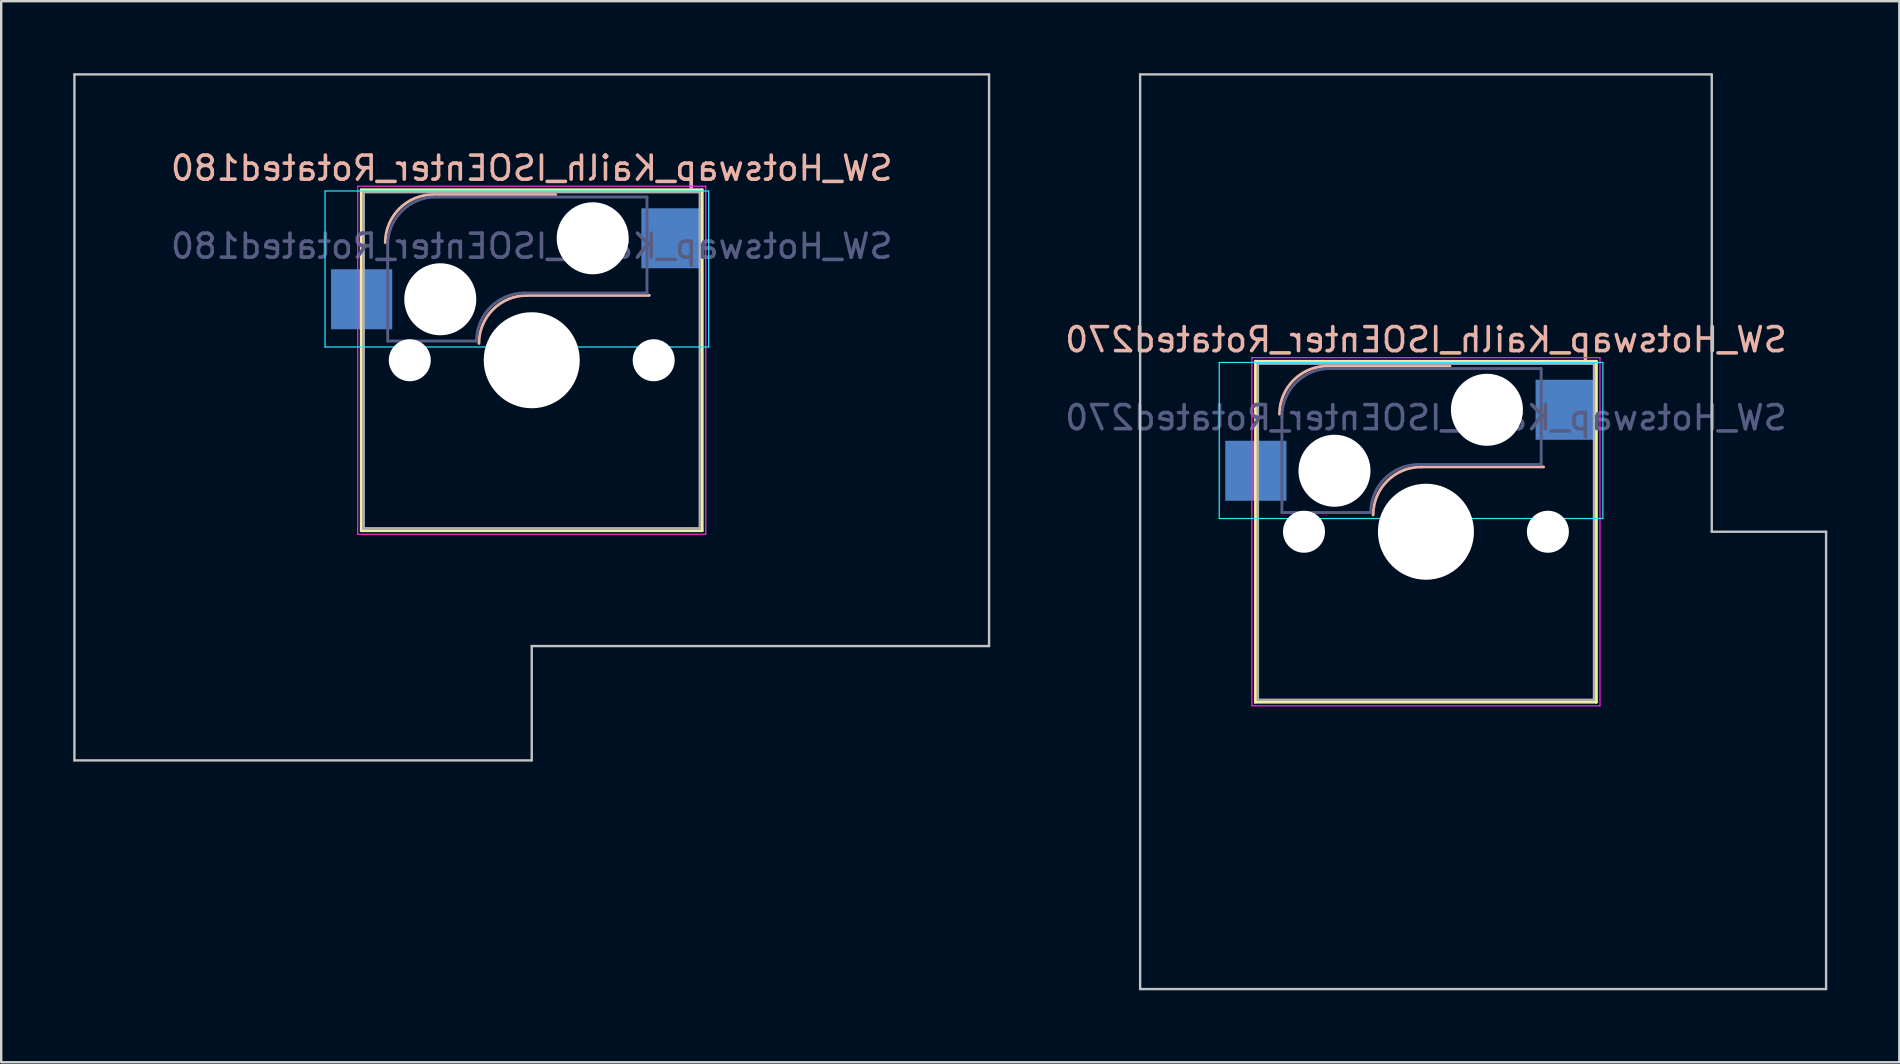
<source format=kicad_pcb>
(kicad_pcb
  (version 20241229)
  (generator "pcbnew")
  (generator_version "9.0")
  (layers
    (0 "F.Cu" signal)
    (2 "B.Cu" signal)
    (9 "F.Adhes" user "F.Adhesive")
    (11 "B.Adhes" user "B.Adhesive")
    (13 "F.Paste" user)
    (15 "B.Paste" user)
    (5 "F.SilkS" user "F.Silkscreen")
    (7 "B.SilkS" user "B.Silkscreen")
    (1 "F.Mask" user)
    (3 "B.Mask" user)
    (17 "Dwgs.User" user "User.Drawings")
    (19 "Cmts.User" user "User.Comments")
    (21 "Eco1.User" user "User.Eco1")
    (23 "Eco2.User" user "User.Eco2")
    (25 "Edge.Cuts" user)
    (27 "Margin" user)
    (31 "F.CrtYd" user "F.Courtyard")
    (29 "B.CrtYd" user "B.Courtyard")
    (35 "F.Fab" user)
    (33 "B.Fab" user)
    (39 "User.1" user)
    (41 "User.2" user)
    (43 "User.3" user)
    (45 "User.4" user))
  (footprint "SW_Hotswap_Kailh_ISOEnter_Rotated270"
    (layer "F.Cu")
    (at 56.349 19.1)
    (property "Reference" "SW_Hotswap_Kailh_ISOEnter_Rotated270" (at 0 -8 0) (layer "B.SilkS") (effects (font (size 1 1) (thickness 0.15)) (justify mirror)))
    (attr smd)
    (fp_line (start -7.1 -7.1) (end -7.1 7.1) (stroke (width 0.12) (type solid)) (layer "F.SilkS"))
    (fp_line (start -7.1 7.1) (end 7.1 7.1) (stroke (width 0.12) (type solid)) (layer "F.SilkS"))
    (fp_line (start 7.1 -7.1) (end -7.1 -7.1) (stroke (width 0.12) (type solid)) (layer "F.SilkS"))
    (fp_line (start 7.1 7.1) (end 7.1 -7.1) (stroke (width 0.12) (type solid)) (layer "F.SilkS"))
    (fp_line (start -4.1 -6.9) (end 1 -6.9) (stroke (width 0.12) (type solid)) (layer "B.SilkS"))
    (fp_line (start -0.2 -2.7) (end 4.9 -2.7) (stroke (width 0.12) (type solid)) (layer "B.SilkS"))
    (fp_arc (start -6.1 -4.9) (mid -5.514214 -6.314214) (end -4.1 -6.9) (stroke (width 0.12) (type solid)) (layer "B.SilkS"))
    (fp_arc (start -2.2 -0.7) (mid -1.614214 -2.114214) (end -0.2 -2.7) (stroke (width 0.12) (type solid)) (layer "B.SilkS"))
    (fp_line (start -11.906 -19.05) (end -11.906 19.05) (stroke (width 0.1) (type solid)) (layer "Dwgs.User"))
    (fp_line (start -11.906 19.05) (end 16.669 19.05) (stroke (width 0.1) (type solid)) (layer "Dwgs.User"))
    (fp_line (start 11.906 -19.05) (end -11.906 -19.05) (stroke (width 0.1) (type solid)) (layer "Dwgs.User"))
    (fp_line (start 11.906 0) (end 11.906 -19.05) (stroke (width 0.1) (type solid)) (layer "Dwgs.User"))
    (fp_line (start 16.669 0) (end 11.906 0) (stroke (width 0.1) (type solid)) (layer "Dwgs.User"))
    (fp_line (start 16.669 19.05) (end 16.669 0) (stroke (width 0.1) (type solid)) (layer "Dwgs.User"))
    (fp_line (start -8.61 -7.05) (end -8.61 -0.55) (stroke (width 0.05) (type solid)) (layer "B.CrtYd"))
    (fp_line (start -8.61 -0.55) (end 7.37 -0.55) (stroke (width 0.05) (type solid)) (layer "B.CrtYd"))
    (fp_line (start 7.37 -7.05) (end -8.61 -7.05) (stroke (width 0.05) (type solid)) (layer "B.CrtYd"))
    (fp_line (start 7.37 -0.55) (end 7.37 -7.05) (stroke (width 0.05) (type solid)) (layer "B.CrtYd"))
    (fp_line (start -7.25 -7.25) (end -7.25 7.25) (stroke (width 0.05) (type solid)) (layer "F.CrtYd"))
    (fp_line (start -7.25 7.25) (end 7.25 7.25) (stroke (width 0.05) (type solid)) (layer "F.CrtYd"))
    (fp_line (start 7.25 -7.25) (end -7.25 -7.25) (stroke (width 0.05) (type solid)) (layer "F.CrtYd"))
    (fp_line (start 7.25 7.25) (end 7.25 -7.25) (stroke (width 0.05) (type solid)) (layer "F.CrtYd"))
    (fp_line (start -6 -0.8) (end -6 -4.8) (stroke (width 0.12) (type solid)) (layer "B.Fab"))
    (fp_line (start -6 -0.8) (end -2.3 -0.8) (stroke (width 0.12) (type solid)) (layer "B.Fab"))
    (fp_line (start -4 -6.8) (end 4.8 -6.8) (stroke (width 0.12) (type solid)) (layer "B.Fab"))
    (fp_line (start -0.3 -2.8) (end 4.8 -2.8) (stroke (width 0.12) (type solid)) (layer "B.Fab"))
    (fp_line (start 4.8 -6.8) (end 4.8 -2.8) (stroke (width 0.12) (type solid)) (layer "B.Fab"))
    (fp_arc (start -6 -4.8) (mid -5.414214 -6.214214) (end -4 -6.8) (stroke (width 0.12) (type solid)) (layer "B.Fab"))
    (fp_arc (start -2.3 -0.8) (mid -1.714214 -2.214214) (end -0.3 -2.8) (stroke (width 0.12) (type solid)) (layer "B.Fab"))
    (fp_line (start -7 -7) (end -7 7) (stroke (width 0.1) (type solid)) (layer "F.Fab"))
    (fp_line (start -7 7) (end 7 7) (stroke (width 0.1) (type solid)) (layer "F.Fab"))
    (fp_line (start 7 -7) (end -7 -7) (stroke (width 0.1) (type solid)) (layer "F.Fab"))
    (fp_line (start 7 7) (end 7 -7) (stroke (width 0.1) (type solid)) (layer "F.Fab"))
    (fp_text user "${REFERENCE}" (at 0 -4.75 0) (layer "B.Fab") (effects (font (size 1 1) (thickness 0.15)) (justify mirror)))
    (pad "" np_thru_hole circle (at -5.08 0) (size 1.75 1.75) (drill 1.75) (layers "*.Cu" "*.Mask"))
    (pad "" np_thru_hole circle (at -3.81 -2.54) (size 3 3) (drill 3) (layers "*.Cu" "*.Mask"))
    (pad "" np_thru_hole circle (at 0 0) (size 4 4) (drill 4) (layers "*.Cu" "*.Mask"))
    (pad "" np_thru_hole circle (at 2.54 -5.08) (size 3 3) (drill 3) (layers "*.Cu" "*.Mask"))
    (pad "" np_thru_hole circle (at 5.08 0) (size 1.75 1.75) (drill 1.75) (layers "*.Cu" "*.Mask"))
    (pad "1" smd rect (at -7.085 -2.54) (size 2.55 2.5) (layers "B.Cu" "B.Mask" "B.Paste"))
    (pad "2" smd rect (at 5.842 -5.08) (size 2.55 2.5) (layers "B.Cu" "B.Mask" "B.Paste")))
  (footprint "SW_Hotswap_Kailh_ISOEnter_Rotated180"
    (layer "F.Cu")
    (at 19.1 11.956)
    (property "Reference" "SW_Hotswap_Kailh_ISOEnter_Rotated180" (at 0 -8 0) (layer "B.SilkS") (effects (font (size 1 1) (thickness 0.15)) (justify mirror)))
    (attr smd)
    (fp_line (start -7.1 -7.1) (end -7.1 7.1) (stroke (width 0.12) (type solid)) (layer "F.SilkS"))
    (fp_line (start -7.1 7.1) (end 7.1 7.1) (stroke (width 0.12) (type solid)) (layer "F.SilkS"))
    (fp_line (start 7.1 -7.1) (end -7.1 -7.1) (stroke (width 0.12) (type solid)) (layer "F.SilkS"))
    (fp_line (start 7.1 7.1) (end 7.1 -7.1) (stroke (width 0.12) (type solid)) (layer "F.SilkS"))
    (fp_line (start -4.1 -6.9) (end 1 -6.9) (stroke (width 0.12) (type solid)) (layer "B.SilkS"))
    (fp_line (start -0.2 -2.7) (end 4.9 -2.7) (stroke (width 0.12) (type solid)) (layer "B.SilkS"))
    (fp_arc (start -6.1 -4.9) (mid -5.514214 -6.314214) (end -4.1 -6.9) (stroke (width 0.12) (type solid)) (layer "B.SilkS"))
    (fp_arc (start -2.2 -0.7) (mid -1.614214 -2.114214) (end -0.2 -2.7) (stroke (width 0.12) (type solid)) (layer "B.SilkS"))
    (fp_line (start -19.05 -11.906) (end -19.05 16.669) (stroke (width 0.1) (type solid)) (layer "Dwgs.User"))
    (fp_line (start -19.05 16.669) (end 0 16.669) (stroke (width 0.1) (type solid)) (layer "Dwgs.User"))
    (fp_line (start 0 11.906) (end 19.05 11.906) (stroke (width 0.1) (type solid)) (layer "Dwgs.User"))
    (fp_line (start 0 16.669) (end 0 11.906) (stroke (width 0.1) (type solid)) (layer "Dwgs.User"))
    (fp_line (start 19.05 -11.906) (end -19.05 -11.906) (stroke (width 0.1) (type solid)) (layer "Dwgs.User"))
    (fp_line (start 19.05 11.906) (end 19.05 -11.906) (stroke (width 0.1) (type solid)) (layer "Dwgs.User"))
    (fp_line (start -8.61 -7.05) (end -8.61 -0.55) (stroke (width 0.05) (type solid)) (layer "B.CrtYd"))
    (fp_line (start -8.61 -0.55) (end 7.37 -0.55) (stroke (width 0.05) (type solid)) (layer "B.CrtYd"))
    (fp_line (start 7.37 -7.05) (end -8.61 -7.05) (stroke (width 0.05) (type solid)) (layer "B.CrtYd"))
    (fp_line (start 7.37 -0.55) (end 7.37 -7.05) (stroke (width 0.05) (type solid)) (layer "B.CrtYd"))
    (fp_line (start -7.25 -7.25) (end -7.25 7.25) (stroke (width 0.05) (type solid)) (layer "F.CrtYd"))
    (fp_line (start -7.25 7.25) (end 7.25 7.25) (stroke (width 0.05) (type solid)) (layer "F.CrtYd"))
    (fp_line (start 7.25 -7.25) (end -7.25 -7.25) (stroke (width 0.05) (type solid)) (layer "F.CrtYd"))
    (fp_line (start 7.25 7.25) (end 7.25 -7.25) (stroke (width 0.05) (type solid)) (layer "F.CrtYd"))
    (fp_line (start -6 -0.8) (end -6 -4.8) (stroke (width 0.12) (type solid)) (layer "B.Fab"))
    (fp_line (start -6 -0.8) (end -2.3 -0.8) (stroke (width 0.12) (type solid)) (layer "B.Fab"))
    (fp_line (start -4 -6.8) (end 4.8 -6.8) (stroke (width 0.12) (type solid)) (layer "B.Fab"))
    (fp_line (start -0.3 -2.8) (end 4.8 -2.8) (stroke (width 0.12) (type solid)) (layer "B.Fab"))
    (fp_line (start 4.8 -6.8) (end 4.8 -2.8) (stroke (width 0.12) (type solid)) (layer "B.Fab"))
    (fp_arc (start -6 -4.8) (mid -5.414214 -6.214214) (end -4 -6.8) (stroke (width 0.12) (type solid)) (layer "B.Fab"))
    (fp_arc (start -2.3 -0.8) (mid -1.714214 -2.214214) (end -0.3 -2.8) (stroke (width 0.12) (type solid)) (layer "B.Fab"))
    (fp_line (start -7 -7) (end -7 7) (stroke (width 0.1) (type solid)) (layer "F.Fab"))
    (fp_line (start -7 7) (end 7 7) (stroke (width 0.1) (type solid)) (layer "F.Fab"))
    (fp_line (start 7 -7) (end -7 -7) (stroke (width 0.1) (type solid)) (layer "F.Fab"))
    (fp_line (start 7 7) (end 7 -7) (stroke (width 0.1) (type solid)) (layer "F.Fab"))
    (fp_text user "${REFERENCE}" (at 0 -4.75 0) (layer "B.Fab") (effects (font (size 1 1) (thickness 0.15)) (justify mirror)))
    (pad "" np_thru_hole circle (at -5.08 0) (size 1.75 1.75) (drill 1.75) (layers "*.Cu" "*.Mask"))
    (pad "" np_thru_hole circle (at -3.81 -2.54) (size 3 3) (drill 3) (layers "*.Cu" "*.Mask"))
    (pad "" np_thru_hole circle (at 0 0) (size 4 4) (drill 4) (layers "*.Cu" "*.Mask"))
    (pad "" np_thru_hole circle (at 2.54 -5.08) (size 3 3) (drill 3) (layers "*.Cu" "*.Mask"))
    (pad "" np_thru_hole circle (at 5.08 0) (size 1.75 1.75) (drill 1.75) (layers "*.Cu" "*.Mask"))
    (pad "1" smd rect (at -7.085 -2.54) (size 2.55 2.5) (layers "B.Cu" "B.Mask" "B.Paste"))
    (pad "2" smd rect (at 5.842 -5.08) (size 2.55 2.5) (layers "B.Cu" "B.Mask" "B.Paste")))
  (gr_rect
    (start -3 -3)
    (end 76.068 41.2)
    (stroke (width 0.1) (type default))
    (fill no)
    (layer "Edge.Cuts")))
</source>
